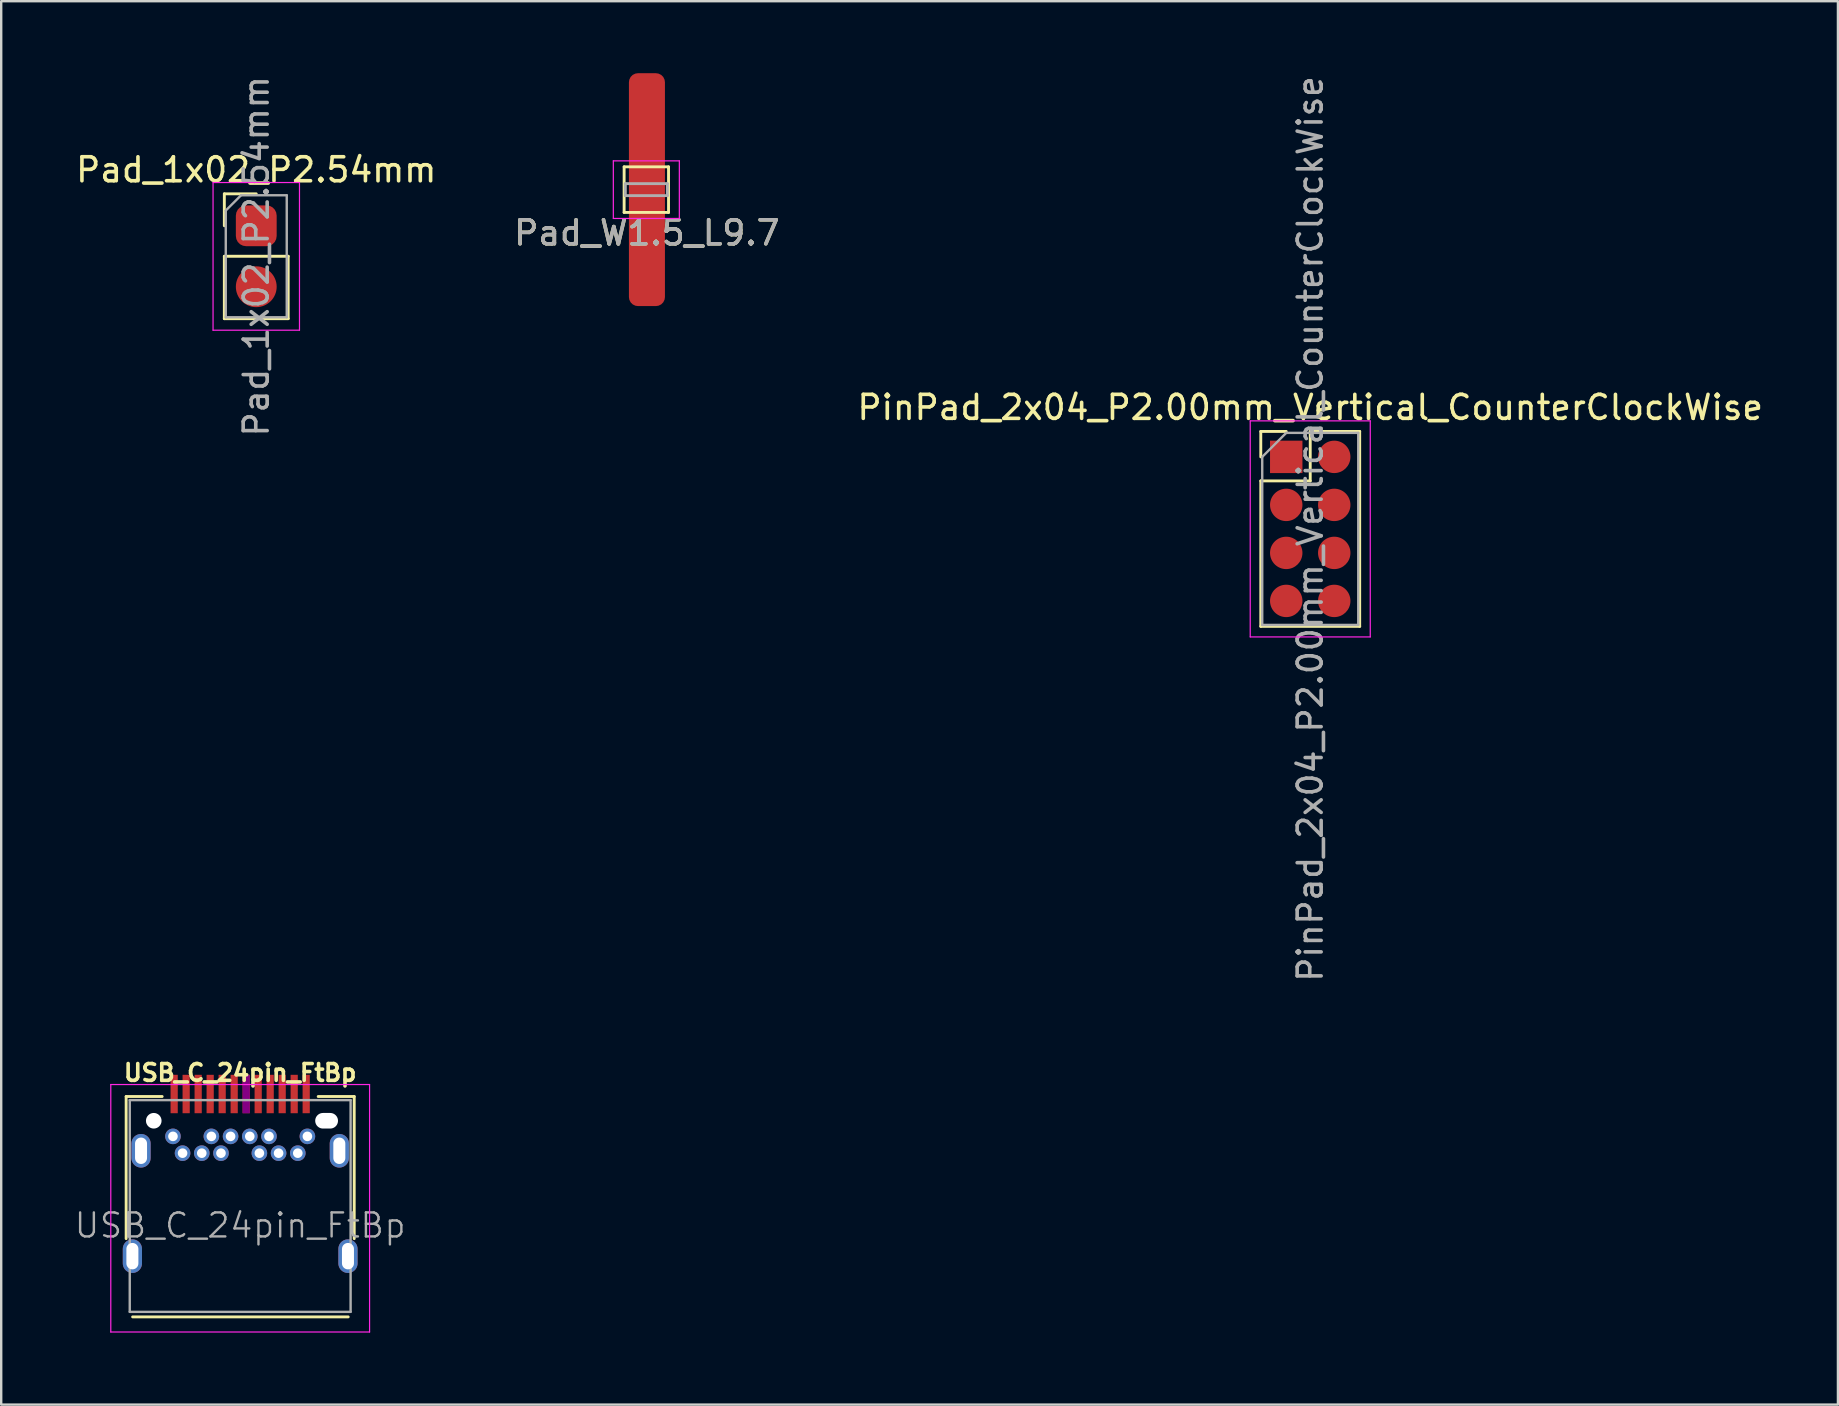
<source format=kicad_pcb>
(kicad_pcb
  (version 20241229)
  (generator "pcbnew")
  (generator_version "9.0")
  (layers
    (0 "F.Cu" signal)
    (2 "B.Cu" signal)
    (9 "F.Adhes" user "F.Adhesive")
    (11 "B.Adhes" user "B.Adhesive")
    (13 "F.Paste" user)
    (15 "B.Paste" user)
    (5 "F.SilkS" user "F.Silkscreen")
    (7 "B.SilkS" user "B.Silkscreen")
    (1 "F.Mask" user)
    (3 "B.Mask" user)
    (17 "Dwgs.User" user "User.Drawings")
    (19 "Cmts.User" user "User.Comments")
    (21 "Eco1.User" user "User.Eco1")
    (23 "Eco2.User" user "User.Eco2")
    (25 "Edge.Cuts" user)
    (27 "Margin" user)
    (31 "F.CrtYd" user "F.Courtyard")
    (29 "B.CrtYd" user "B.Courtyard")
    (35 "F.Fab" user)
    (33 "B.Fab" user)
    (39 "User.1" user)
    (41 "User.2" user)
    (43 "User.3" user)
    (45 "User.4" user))
  (footprint "USB_C_24pin_FtBp"
    (layer "F.Cu")
    (at 6.955 47.997)
    (property "Reference" "USB_C_24pin_FtBp" (at 0 -6.36 0) (layer "F.SilkS") (effects (font (size 0.7 0.7) (thickness 0.15))))
    (attr smd)
    (fp_line (start -4.75 -5.37) (end -4.75 0.55) (stroke (width 0.12) (type solid)) (layer "F.SilkS"))
    (fp_line (start -4.75 -5.37) (end -3.25 -5.37) (stroke (width 0.12) (type solid)) (layer "F.SilkS"))
    (fp_line (start 3.25 -5.37) (end 4.75 -5.37) (stroke (width 0.12) (type solid)) (layer "F.SilkS"))
    (fp_line (start 4.5 3.81) (end -4.48 3.81) (stroke (width 0.12) (type solid)) (layer "F.SilkS"))
    (fp_line (start 4.75 -5.37) (end 4.75 0.55) (stroke (width 0.12) (type solid)) (layer "F.SilkS"))
    (fp_line (start -5.39 -5.87) (end 5.39 -5.87) (stroke (width 0.05) (type solid)) (layer "F.CrtYd"))
    (fp_line (start -5.39 4.44) (end -5.39 -5.87) (stroke (width 0.05) (type solid)) (layer "F.CrtYd"))
    (fp_line (start 5.39 -5.87) (end 5.39 4.44) (stroke (width 0.05) (type solid)) (layer "F.CrtYd"))
    (fp_line (start 5.39 4.44) (end -5.39 4.44) (stroke (width 0.05) (type solid)) (layer "F.CrtYd"))
    (fp_line (start -4.6 -5.22) (end 4.6 -5.22) (stroke (width 0.1) (type solid)) (layer "F.Fab"))
    (fp_line (start -4.6 3.6) (end -4.6 -5.22) (stroke (width 0.1) (type solid)) (layer "F.Fab"))
    (fp_line (start -4.6 3.6) (end 4.6 3.6) (stroke (width 0.1) (type solid)) (layer "F.Fab"))
    (fp_line (start 4.6 3.6) (end 4.6 -5.22) (stroke (width 0.1) (type solid)) (layer "F.Fab"))
    (fp_text user "${REFERENCE}" (at 0 0 0) (layer "F.Fab") (effects (font (size 1 1) (thickness 0.1))))
    (pad "" np_thru_hole circle (at -3.6 -4.36) (size 0.65 0.65) (drill 0.65) (layers "*.Cu" "*.Mask"))
    (pad "" np_thru_hole oval (at 3.6 -4.36) (size 0.95 0.65) (drill oval 0.95 0.65) (layers "*.Cu" "*.Mask"))
    (pad "A1" smd rect (at -2.75 -5.474) (size 0.3 1.6) (layers "F.Cu" "F.Mask" "F.Paste"))
    (pad "A2" smd rect (at -2.25 -5.474) (size 0.3 1.6) (layers "F.Cu" "F.Mask" "F.Paste"))
    (pad "A3" smd rect (at -1.75 -5.474) (size 0.3 1.6) (layers "F.Cu" "F.Mask" "F.Paste"))
    (pad "A4" smd rect (at -1.25 -5.474) (size 0.3 1.6) (layers "F.Cu" "F.Mask" "F.Paste"))
    (pad "A5" smd rect (at -0.75 -5.474) (size 0.3 1.6) (layers "F.Cu" "F.Mask" "F.Paste"))
    (pad "A6" smd rect (at -0.25 -5.474) (size 0.3 1.6) (layers "F.Cu" "F.Mask" "F.Paste"))
    (pad "A7" smd rect (at 0.25 -5.474) (size 0.3 1.6) (layers "F.Cu" "F.Mask" "F.Adhes" "F.Paste"))
    (pad "A8" smd rect (at 0.75 -5.474) (size 0.3 1.6) (layers "F.Cu" "F.Mask" "F.Paste"))
    (pad "A9" smd rect (at 1.25 -5.474) (size 0.3 1.6) (layers "F.Cu" "F.Mask" "F.Paste"))
    (pad "A10" smd rect (at 1.75 -5.474) (size 0.3 1.6) (layers "F.Cu" "F.Mask" "F.Paste"))
    (pad "A11" smd rect (at 2.25 -5.474) (size 0.3 1.6) (layers "F.Cu" "F.Mask" "F.Paste"))
    (pad "A12" smd rect (at 2.75 -5.474) (size 0.3 1.6) (layers "F.Cu" "F.Mask" "F.Paste"))
    (pad "B1" thru_hole circle (at 2.8 -3.71) (size 0.65 0.65) (drill 0.4) (layers "*.Cu" "*.Mask"))
    (pad "B2" thru_hole circle (at 2.4 -3.01) (size 0.65 0.65) (drill 0.4) (layers "*.Cu" "*.Mask"))
    (pad "B3" thru_hole circle (at 1.6 -3.01) (size 0.65 0.65) (drill 0.4) (layers "*.Cu" "*.Mask"))
    (pad "B4" thru_hole circle (at 1.2 -3.71) (size 0.65 0.65) (drill 0.4) (layers "*.Cu" "*.Mask"))
    (pad "B5" thru_hole circle (at 0.8 -3.01) (size 0.65 0.65) (drill 0.4) (layers "*.Cu" "*.Mask"))
    (pad "B6" thru_hole circle (at 0.4 -3.71) (size 0.65 0.65) (drill 0.4) (layers "*.Cu" "*.Mask"))
    (pad "B7" thru_hole circle (at -0.4 -3.71) (size 0.65 0.65) (drill 0.4) (layers "*.Cu" "*.Mask"))
    (pad "B8" thru_hole circle (at -0.8 -3.01) (size 0.65 0.65) (drill 0.4) (layers "*.Cu" "*.Mask"))
    (pad "B9" thru_hole circle (at -1.2 -3.71) (size 0.65 0.65) (drill 0.4) (layers "*.Cu" "*.Mask"))
    (pad "B10" thru_hole circle (at -1.6 -3.01) (size 0.65 0.65) (drill 0.4) (layers "*.Cu" "*.Mask"))
    (pad "B11" thru_hole circle (at -2.4 -3.01) (size 0.65 0.65) (drill 0.4) (layers "*.Cu" "*.Mask"))
    (pad "B12" thru_hole circle (at -2.8 -3.71) (size 0.65 0.65) (drill 0.4) (layers "*.Cu" "*.Mask"))
    (pad "S1" thru_hole oval (at -4.49 1.28) (size 0.8 1.4) (drill oval 0.5 1.1) (layers "*.Cu" "*.Mask"))
    (pad "S1" thru_hole oval (at -4.13 -3.11) (size 0.8 1.4) (drill oval 0.5 1.1) (layers "*.Cu" "*.Mask"))
    (pad "S1" thru_hole oval (at 4.13 -3.11) (size 0.8 1.4) (drill oval 0.5 1.1) (layers "*.Cu" "*.Mask"))
    (pad "S1" thru_hole oval (at 4.49 1.28) (size 0.8 1.4) (drill oval 0.5 1.1) (layers "*.Cu" "*.Mask")))
  (footprint "Pad_W1.5_L9.7"
    (layer "F.Cu")
    (at 23.899 4.85)
    (property "Reference" "Pad_W1.5_L9.7" (at 0 1.8 0) (layer "F.SilkS") (effects (font (size 1 1) (thickness 0.15))))
    (attr through_hole)
    (fp_line (start -0.95 -0.95) (end -0.95 0.95) (stroke (width 0.12) (type solid)) (layer "F.SilkS"))
    (fp_line (start -0.95 0.95) (end 0.9 0.95) (stroke (width 0.12) (type solid)) (layer "F.SilkS"))
    (fp_line (start 0.9 -0.95) (end -0.95 -0.95) (stroke (width 0.12) (type solid)) (layer "F.SilkS"))
    (fp_line (start 0.9 -0.9) (end 0.9 -0.95) (stroke (width 0.12) (type solid)) (layer "F.SilkS"))
    (fp_line (start 0.9 0.95) (end 0.9 -0.9) (stroke (width 0.12) (type solid)) (layer "F.SilkS"))
    (fp_line (start -1.4 -1.2) (end -1.4 1.2) (stroke (width 0.05) (type solid)) (layer "F.CrtYd"))
    (fp_line (start -1.4 -1.2) (end 1.35 -1.2) (stroke (width 0.05) (type solid)) (layer "F.CrtYd"))
    (fp_line (start 1.35 1.2) (end -1.4 1.2) (stroke (width 0.05) (type solid)) (layer "F.CrtYd"))
    (fp_line (start 1.35 1.2) (end 1.35 -1.2) (stroke (width 0.05) (type solid)) (layer "F.CrtYd"))
    (fp_line (start -0.9 -0.25) (end 0.85 -0.25) (stroke (width 0.12) (type solid)) (layer "F.Fab"))
    (fp_line (start -0.9 0.25) (end -0.9 -0.25) (stroke (width 0.12) (type solid)) (layer "F.Fab"))
    (fp_line (start 0.85 -0.25) (end 0.85 0.25) (stroke (width 0.12) (type solid)) (layer "F.Fab"))
    (fp_line (start 0.85 0.25) (end -0.9 0.25) (stroke (width 0.12) (type solid)) (layer "F.Fab"))
    (fp_text user "${REFERENCE}" (at 0 1.8 0) (layer "F.Fab") (effects (font (size 1 1) (thickness 0.15))))
    (pad "1" connect roundrect (at 0 0) (size 1.5 9.7) (layers "F.Cu" "F.Mask") (roundrect_rratio 0.25)))
  (footprint "Pad_1x02_P2.54mm"
    (layer "F.Cu")
    (at 7.625 6.355)
    (property "Reference" "Pad_1x02_P2.54mm" (at 0 -2.33 0) (layer "F.SilkS") (effects (font (size 1 1) (thickness 0.15))))
    (attr through_hole)
    (fp_line (start -1.33 -1.33) (end 0 -1.33) (stroke (width 0.12) (type solid)) (layer "F.SilkS"))
    (fp_line (start -1.33 0) (end -1.33 -1.33) (stroke (width 0.12) (type solid)) (layer "F.SilkS"))
    (fp_line (start -1.33 1.27) (end -1.33 3.87) (stroke (width 0.12) (type solid)) (layer "F.SilkS"))
    (fp_line (start -1.33 1.27) (end 1.33 1.27) (stroke (width 0.12) (type solid)) (layer "F.SilkS"))
    (fp_line (start -1.33 3.87) (end 1.33 3.87) (stroke (width 0.12) (type solid)) (layer "F.SilkS"))
    (fp_line (start 1.33 1.27) (end 1.33 3.87) (stroke (width 0.12) (type solid)) (layer "F.SilkS"))
    (fp_line (start -1.8 -1.8) (end -1.8 4.35) (stroke (width 0.05) (type solid)) (layer "F.CrtYd"))
    (fp_line (start -1.8 4.35) (end 1.8 4.35) (stroke (width 0.05) (type solid)) (layer "F.CrtYd"))
    (fp_line (start 1.8 -1.8) (end -1.8 -1.8) (stroke (width 0.05) (type solid)) (layer "F.CrtYd"))
    (fp_line (start 1.8 4.35) (end 1.8 -1.8) (stroke (width 0.05) (type solid)) (layer "F.CrtYd"))
    (fp_line (start -1.27 -0.635) (end -0.635 -1.27) (stroke (width 0.1) (type solid)) (layer "F.Fab"))
    (fp_line (start -1.27 3.81) (end -1.27 -0.635) (stroke (width 0.1) (type solid)) (layer "F.Fab"))
    (fp_line (start -0.635 -1.27) (end 1.27 -1.27) (stroke (width 0.1) (type solid)) (layer "F.Fab"))
    (fp_line (start 1.27 -1.27) (end 1.27 3.81) (stroke (width 0.1) (type solid)) (layer "F.Fab"))
    (fp_line (start 1.27 3.81) (end -1.27 3.81) (stroke (width 0.1) (type solid)) (layer "F.Fab"))
    (fp_text user "${REFERENCE}" (at 0 1.27 90) (layer "F.Fab") (effects (font (size 1 1) (thickness 0.15))))
    (pad "1" connect roundrect (at 0 0) (size 1.7 1.7) (layers "F.Cu" "F.Mask") (roundrect_rratio 0.25))
    (pad "2" connect oval (at 0 2.54) (size 1.7 1.7) (layers "F.Cu" "F.Mask")))
  (footprint "PinPad_2x04_P2.00mm_Vertical_CounterClockWise"
    (layer "F.Cu")
    (at 50.53 15.982)
    (property "Reference" "PinPad_2x04_P2.00mm_Vertical_CounterClockWise" (at 1 -2.06 0) (layer "F.SilkS") (effects (font (size 1 1) (thickness 0.15))))
    (attr through_hole)
    (fp_line (start -1.06 -1.06) (end 0 -1.06) (stroke (width 0.12) (type solid)) (layer "F.SilkS"))
    (fp_line (start -1.06 0) (end -1.06 -1.06) (stroke (width 0.12) (type solid)) (layer "F.SilkS"))
    (fp_line (start -1.06 1) (end -1.06 7.06) (stroke (width 0.12) (type solid)) (layer "F.SilkS"))
    (fp_line (start -1.06 1) (end 1 1) (stroke (width 0.12) (type solid)) (layer "F.SilkS"))
    (fp_line (start -1.06 7.06) (end 3.06 7.06) (stroke (width 0.12) (type solid)) (layer "F.SilkS"))
    (fp_line (start 1 -1.06) (end 3.06 -1.06) (stroke (width 0.12) (type solid)) (layer "F.SilkS"))
    (fp_line (start 1 1) (end 1 -1.06) (stroke (width 0.12) (type solid)) (layer "F.SilkS"))
    (fp_line (start 3.06 -1.06) (end 3.06 7.06) (stroke (width 0.12) (type solid)) (layer "F.SilkS"))
    (fp_line (start -1.5 -1.5) (end -1.5 7.5) (stroke (width 0.05) (type solid)) (layer "F.CrtYd"))
    (fp_line (start -1.5 7.5) (end 3.5 7.5) (stroke (width 0.05) (type solid)) (layer "F.CrtYd"))
    (fp_line (start 3.5 -1.5) (end -1.5 -1.5) (stroke (width 0.05) (type solid)) (layer "F.CrtYd"))
    (fp_line (start 3.5 7.5) (end 3.5 -1.5) (stroke (width 0.05) (type solid)) (layer "F.CrtYd"))
    (fp_line (start -1 0) (end 0 -1) (stroke (width 0.1) (type solid)) (layer "F.Fab"))
    (fp_line (start -1 7) (end -1 0) (stroke (width 0.1) (type solid)) (layer "F.Fab"))
    (fp_line (start 0 -1) (end 3 -1) (stroke (width 0.1) (type solid)) (layer "F.Fab"))
    (fp_line (start 3 -1) (end 3 7) (stroke (width 0.1) (type solid)) (layer "F.Fab"))
    (fp_line (start 3 7) (end -1 7) (stroke (width 0.1) (type solid)) (layer "F.Fab"))
    (fp_text user "${REFERENCE}" (at 1 3 90) (layer "F.Fab") (effects (font (size 1 1) (thickness 0.15))))
    (pad "1" smd rect (at 0 0) (size 1.35 1.35) (layers "F.Cu" "F.Mask" "F.Paste"))
    (pad "2" smd oval (at 0 2) (size 1.35 1.35) (layers "F.Cu" "F.Mask" "F.Paste"))
    (pad "3" smd oval (at 0 4) (size 1.35 1.35) (layers "F.Cu" "F.Mask" "F.Paste"))
    (pad "4" smd oval (at 0 6) (size 1.35 1.35) (layers "F.Cu" "F.Mask" "F.Paste"))
    (pad "5" smd oval (at 2 6) (size 1.35 1.35) (layers "F.Cu" "F.Mask" "F.Paste"))
    (pad "6" smd oval (at 2 4) (size 1.35 1.35) (layers "F.Cu" "F.Mask" "F.Paste"))
    (pad "7" smd oval (at 2 2) (size 1.35 1.35) (layers "F.Cu" "F.Mask" "F.Paste"))
    (pad "8" smd oval (at 2 0) (size 1.35 1.35) (layers "F.Cu" "F.Mask" "F.Paste")))
  (gr_rect
    (start -3 -3)
    (end 73.512 55.462)
    (stroke (width 0.1) (type default))
    (fill no)
    (layer "Edge.Cuts")))
</source>
